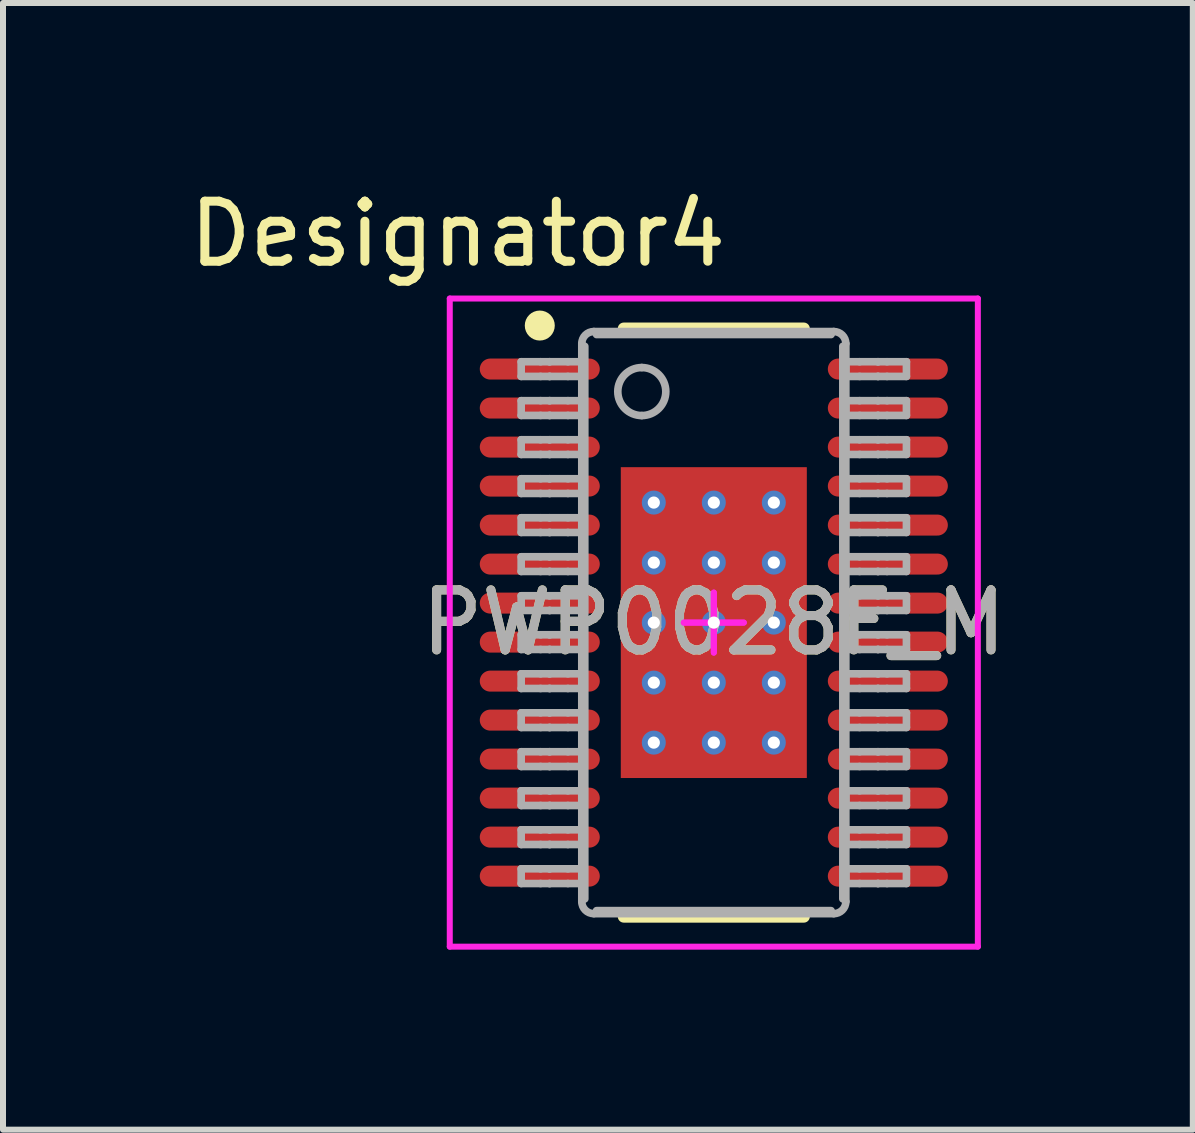
<source format=kicad_pcb>
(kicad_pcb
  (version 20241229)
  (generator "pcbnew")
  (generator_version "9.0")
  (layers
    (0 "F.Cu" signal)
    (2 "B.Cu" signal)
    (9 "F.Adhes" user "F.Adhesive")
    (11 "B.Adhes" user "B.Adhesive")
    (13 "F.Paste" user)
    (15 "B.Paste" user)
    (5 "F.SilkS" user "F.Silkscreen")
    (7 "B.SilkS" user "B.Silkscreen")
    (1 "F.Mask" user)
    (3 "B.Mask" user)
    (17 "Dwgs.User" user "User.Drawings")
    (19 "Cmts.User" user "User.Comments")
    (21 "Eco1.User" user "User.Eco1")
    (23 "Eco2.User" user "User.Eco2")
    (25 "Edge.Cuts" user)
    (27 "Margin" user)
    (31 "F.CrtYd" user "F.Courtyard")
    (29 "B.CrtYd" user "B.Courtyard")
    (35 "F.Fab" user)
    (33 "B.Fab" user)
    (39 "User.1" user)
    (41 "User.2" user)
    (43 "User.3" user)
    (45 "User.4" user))
  (footprint "PWP0028F_M"
    (layer "F.Cu")
    (at 8.845 7.325)
    (property "Reference" "PWP0028F_M" (at 0 0 0) (unlocked yes) (layer "F.SilkS") (effects (font (size 1 1) (thickness 0.15))))
    (attr smd)
    (fp_line (start -1.5 -4.9) (end 1.5 -4.9) (stroke (width 0.2) (type solid)) (layer "F.SilkS"))
    (fp_line (start -1.5 4.9) (end 1.5 4.9) (stroke (width 0.2) (type solid)) (layer "F.SilkS"))
    (fp_circle (center -2.9 -4.95) (end -2.775 -4.95) (stroke (width 0.25) (type solid)) (fill no) (layer "F.SilkS"))
    (fp_line (start -4.4 -5.4) (end 4.4 -5.4) (stroke (width 0.1) (type solid)) (layer "F.CrtYd"))
    (fp_line (start -4.4 5.4) (end -4.4 -5.4) (stroke (width 0.1) (type solid)) (layer "F.CrtYd"))
    (fp_line (start -4.4 5.4) (end 4.4 5.4) (stroke (width 0.1) (type solid)) (layer "F.CrtYd"))
    (fp_line (start -0.5 0) (end 0.5 0) (stroke (width 0.1) (type solid)) (layer "F.CrtYd"))
    (fp_line (start -0.5 0) (end 0.5 0) (stroke (width 0.1) (type solid)) (layer "F.CrtYd"))
    (fp_line (start 0 0.5) (end 0 -0.5) (stroke (width 0.1) (type solid)) (layer "F.CrtYd"))
    (fp_line (start 0 0.5) (end 0 -0.5) (stroke (width 0.1) (type solid)) (layer "F.CrtYd"))
    (fp_line (start 4.4 5.4) (end 4.4 -5.4) (stroke (width 0.1) (type solid)) (layer "F.CrtYd"))
    (fp_line (start -3.21 -4.347) (end -2.887 -4.347) (stroke (width 0.127) (type solid)) (layer "F.Fab"))
    (fp_line (start -3.21 -4.102) (end -3.21 -4.347) (stroke (width 0.127) (type solid)) (layer "F.Fab"))
    (fp_line (start -3.21 -4.102) (end -2.887 -4.102) (stroke (width 0.127) (type solid)) (layer "F.Fab"))
    (fp_line (start -3.21 -3.698) (end -2.887 -3.698) (stroke (width 0.127) (type solid)) (layer "F.Fab"))
    (fp_line (start -3.21 -3.452) (end -3.21 -3.698) (stroke (width 0.127) (type solid)) (layer "F.Fab"))
    (fp_line (start -3.21 -3.452) (end -2.887 -3.452) (stroke (width 0.127) (type solid)) (layer "F.Fab"))
    (fp_line (start -3.21 -3.047) (end -2.887 -3.047) (stroke (width 0.127) (type solid)) (layer "F.Fab"))
    (fp_line (start -3.21 -2.802) (end -3.21 -3.047) (stroke (width 0.127) (type solid)) (layer "F.Fab"))
    (fp_line (start -3.21 -2.802) (end -2.887 -2.802) (stroke (width 0.127) (type solid)) (layer "F.Fab"))
    (fp_line (start -3.21 -2.397) (end -2.887 -2.397) (stroke (width 0.127) (type solid)) (layer "F.Fab"))
    (fp_line (start -3.21 -2.152) (end -3.21 -2.397) (stroke (width 0.127) (type solid)) (layer "F.Fab"))
    (fp_line (start -3.21 -2.152) (end -2.887 -2.152) (stroke (width 0.127) (type solid)) (layer "F.Fab"))
    (fp_line (start -3.21 -1.747) (end -2.887 -1.747) (stroke (width 0.127) (type solid)) (layer "F.Fab"))
    (fp_line (start -3.21 -1.502) (end -3.21 -1.747) (stroke (width 0.127) (type solid)) (layer "F.Fab"))
    (fp_line (start -3.21 -1.502) (end -2.887 -1.502) (stroke (width 0.127) (type solid)) (layer "F.Fab"))
    (fp_line (start -3.21 -1.097) (end -2.887 -1.097) (stroke (width 0.127) (type solid)) (layer "F.Fab"))
    (fp_line (start -3.21 -0.852) (end -3.21 -1.097) (stroke (width 0.127) (type solid)) (layer "F.Fab"))
    (fp_line (start -3.21 -0.852) (end -2.887 -0.852) (stroke (width 0.127) (type solid)) (layer "F.Fab"))
    (fp_line (start -3.21 -0.447) (end -2.887 -0.447) (stroke (width 0.127) (type solid)) (layer "F.Fab"))
    (fp_line (start -3.21 -0.202) (end -3.21 -0.447) (stroke (width 0.127) (type solid)) (layer "F.Fab"))
    (fp_line (start -3.21 -0.202) (end -2.887 -0.202) (stroke (width 0.127) (type solid)) (layer "F.Fab"))
    (fp_line (start -3.21 0.203) (end -2.887 0.203) (stroke (width 0.127) (type solid)) (layer "F.Fab"))
    (fp_line (start -3.21 0.448) (end -3.21 0.203) (stroke (width 0.127) (type solid)) (layer "F.Fab"))
    (fp_line (start -3.21 0.448) (end -2.887 0.448) (stroke (width 0.127) (type solid)) (layer "F.Fab"))
    (fp_line (start -3.21 0.853) (end -2.887 0.853) (stroke (width 0.127) (type solid)) (layer "F.Fab"))
    (fp_line (start -3.21 1.098) (end -3.21 0.853) (stroke (width 0.127) (type solid)) (layer "F.Fab"))
    (fp_line (start -3.21 1.098) (end -2.887 1.098) (stroke (width 0.127) (type solid)) (layer "F.Fab"))
    (fp_line (start -3.21 1.503) (end -2.887 1.503) (stroke (width 0.127) (type solid)) (layer "F.Fab"))
    (fp_line (start -3.21 1.748) (end -3.21 1.503) (stroke (width 0.127) (type solid)) (layer "F.Fab"))
    (fp_line (start -3.21 1.748) (end -2.887 1.748) (stroke (width 0.127) (type solid)) (layer "F.Fab"))
    (fp_line (start -3.21 2.152) (end -2.887 2.152) (stroke (width 0.127) (type solid)) (layer "F.Fab"))
    (fp_line (start -3.21 2.398) (end -3.21 2.152) (stroke (width 0.127) (type solid)) (layer "F.Fab"))
    (fp_line (start -3.21 2.398) (end -2.887 2.398) (stroke (width 0.127) (type solid)) (layer "F.Fab"))
    (fp_line (start -3.21 2.803) (end -2.887 2.803) (stroke (width 0.127) (type solid)) (layer "F.Fab"))
    (fp_line (start -3.21 3.048) (end -3.21 2.803) (stroke (width 0.127) (type solid)) (layer "F.Fab"))
    (fp_line (start -3.21 3.048) (end -2.887 3.048) (stroke (width 0.127) (type solid)) (layer "F.Fab"))
    (fp_line (start -3.21 3.453) (end -2.887 3.453) (stroke (width 0.127) (type solid)) (layer "F.Fab"))
    (fp_line (start -3.21 3.698) (end -3.21 3.453) (stroke (width 0.127) (type solid)) (layer "F.Fab"))
    (fp_line (start -3.21 3.698) (end -2.887 3.698) (stroke (width 0.127) (type solid)) (layer "F.Fab"))
    (fp_line (start -3.21 4.103) (end -2.887 4.103) (stroke (width 0.127) (type solid)) (layer "F.Fab"))
    (fp_line (start -3.21 4.348) (end -3.21 4.103) (stroke (width 0.127) (type solid)) (layer "F.Fab"))
    (fp_line (start -3.21 4.348) (end -2.887 4.348) (stroke (width 0.127) (type solid)) (layer "F.Fab"))
    (fp_line (start -2.887 -4.347) (end -2.739 -4.347) (stroke (width 0.127) (type solid)) (layer "F.Fab"))
    (fp_line (start -2.887 -4.102) (end -2.739 -4.102) (stroke (width 0.127) (type solid)) (layer "F.Fab"))
    (fp_line (start -2.887 -3.698) (end -2.739 -3.698) (stroke (width 0.127) (type solid)) (layer "F.Fab"))
    (fp_line (start -2.887 -3.452) (end -2.739 -3.452) (stroke (width 0.127) (type solid)) (layer "F.Fab"))
    (fp_line (start -2.887 -3.047) (end -2.739 -3.047) (stroke (width 0.127) (type solid)) (layer "F.Fab"))
    (fp_line (start -2.887 -2.802) (end -2.739 -2.802) (stroke (width 0.127) (type solid)) (layer "F.Fab"))
    (fp_line (start -2.887 -2.397) (end -2.739 -2.397) (stroke (width 0.127) (type solid)) (layer "F.Fab"))
    (fp_line (start -2.887 -2.152) (end -2.739 -2.152) (stroke (width 0.127) (type solid)) (layer "F.Fab"))
    (fp_line (start -2.887 -1.747) (end -2.739 -1.747) (stroke (width 0.127) (type solid)) (layer "F.Fab"))
    (fp_line (start -2.887 -1.502) (end -2.739 -1.502) (stroke (width 0.127) (type solid)) (layer "F.Fab"))
    (fp_line (start -2.887 -1.097) (end -2.739 -1.097) (stroke (width 0.127) (type solid)) (layer "F.Fab"))
    (fp_line (start -2.887 -0.852) (end -2.739 -0.852) (stroke (width 0.127) (type solid)) (layer "F.Fab"))
    (fp_line (start -2.887 -0.447) (end -2.739 -0.447) (stroke (width 0.127) (type solid)) (layer "F.Fab"))
    (fp_line (start -2.887 -0.202) (end -2.739 -0.202) (stroke (width 0.127) (type solid)) (layer "F.Fab"))
    (fp_line (start -2.887 0.203) (end -2.739 0.203) (stroke (width 0.127) (type solid)) (layer "F.Fab"))
    (fp_line (start -2.887 0.448) (end -2.739 0.448) (stroke (width 0.127) (type solid)) (layer "F.Fab"))
    (fp_line (start -2.887 0.853) (end -2.739 0.853) (stroke (width 0.127) (type solid)) (layer "F.Fab"))
    (fp_line (start -2.887 1.098) (end -2.739 1.098) (stroke (width 0.127) (type solid)) (layer "F.Fab"))
    (fp_line (start -2.887 1.503) (end -2.739 1.503) (stroke (width 0.127) (type solid)) (layer "F.Fab"))
    (fp_line (start -2.887 1.748) (end -2.739 1.748) (stroke (width 0.127) (type solid)) (layer "F.Fab"))
    (fp_line (start -2.887 2.152) (end -2.739 2.152) (stroke (width 0.127) (type solid)) (layer "F.Fab"))
    (fp_line (start -2.887 2.398) (end -2.739 2.398) (stroke (width 0.127) (type solid)) (layer "F.Fab"))
    (fp_line (start -2.887 2.803) (end -2.739 2.803) (stroke (width 0.127) (type solid)) (layer "F.Fab"))
    (fp_line (start -2.887 3.048) (end -2.739 3.048) (stroke (width 0.127) (type solid)) (layer "F.Fab"))
    (fp_line (start -2.887 3.453) (end -2.739 3.453) (stroke (width 0.127) (type solid)) (layer "F.Fab"))
    (fp_line (start -2.887 3.698) (end -2.739 3.698) (stroke (width 0.127) (type solid)) (layer "F.Fab"))
    (fp_line (start -2.887 4.103) (end -2.739 4.103) (stroke (width 0.127) (type solid)) (layer "F.Fab"))
    (fp_line (start -2.887 4.348) (end -2.739 4.348) (stroke (width 0.127) (type solid)) (layer "F.Fab"))
    (fp_line (start -2.739 -4.347) (end -2.733 -4.347) (stroke (width 0.127) (type solid)) (layer "F.Fab"))
    (fp_line (start -2.739 -4.102) (end -2.733 -4.102) (stroke (width 0.127) (type solid)) (layer "F.Fab"))
    (fp_line (start -2.739 -3.698) (end -2.733 -3.698) (stroke (width 0.127) (type solid)) (layer "F.Fab"))
    (fp_line (start -2.739 -3.452) (end -2.733 -3.452) (stroke (width 0.127) (type solid)) (layer "F.Fab"))
    (fp_line (start -2.739 -3.047) (end -2.733 -3.047) (stroke (width 0.127) (type solid)) (layer "F.Fab"))
    (fp_line (start -2.739 -2.802) (end -2.733 -2.802) (stroke (width 0.127) (type solid)) (layer "F.Fab"))
    (fp_line (start -2.739 -2.397) (end -2.733 -2.397) (stroke (width 0.127) (type solid)) (layer "F.Fab"))
    (fp_line (start -2.739 -2.152) (end -2.733 -2.152) (stroke (width 0.127) (type solid)) (layer "F.Fab"))
    (fp_line (start -2.739 -1.747) (end -2.733 -1.747) (stroke (width 0.127) (type solid)) (layer "F.Fab"))
    (fp_line (start -2.739 -1.502) (end -2.733 -1.502) (stroke (width 0.127) (type solid)) (layer "F.Fab"))
    (fp_line (start -2.739 -1.097) (end -2.733 -1.097) (stroke (width 0.127) (type solid)) (layer "F.Fab"))
    (fp_line (start -2.739 -0.852) (end -2.733 -0.852) (stroke (width 0.127) (type solid)) (layer "F.Fab"))
    (fp_line (start -2.739 -0.447) (end -2.733 -0.447) (stroke (width 0.127) (type solid)) (layer "F.Fab"))
    (fp_line (start -2.739 -0.202) (end -2.733 -0.202) (stroke (width 0.127) (type solid)) (layer "F.Fab"))
    (fp_line (start -2.739 0.203) (end -2.733 0.203) (stroke (width 0.127) (type solid)) (layer "F.Fab"))
    (fp_line (start -2.739 0.448) (end -2.733 0.448) (stroke (width 0.127) (type solid)) (layer "F.Fab"))
    (fp_line (start -2.739 0.853) (end -2.733 0.853) (stroke (width 0.127) (type solid)) (layer "F.Fab"))
    (fp_line (start -2.739 1.098) (end -2.733 1.098) (stroke (width 0.127) (type solid)) (layer "F.Fab"))
    (fp_line (start -2.739 1.503) (end -2.733 1.503) (stroke (width 0.127) (type solid)) (layer "F.Fab"))
    (fp_line (start -2.739 1.748) (end -2.733 1.748) (stroke (width 0.127) (type solid)) (layer "F.Fab"))
    (fp_line (start -2.739 2.152) (end -2.733 2.152) (stroke (width 0.127) (type solid)) (layer "F.Fab"))
    (fp_line (start -2.739 2.398) (end -2.733 2.398) (stroke (width 0.127) (type solid)) (layer "F.Fab"))
    (fp_line (start -2.739 2.803) (end -2.733 2.803) (stroke (width 0.127) (type solid)) (layer "F.Fab"))
    (fp_line (start -2.739 3.048) (end -2.733 3.048) (stroke (width 0.127) (type solid)) (layer "F.Fab"))
    (fp_line (start -2.739 3.453) (end -2.733 3.453) (stroke (width 0.127) (type solid)) (layer "F.Fab"))
    (fp_line (start -2.739 3.698) (end -2.733 3.698) (stroke (width 0.127) (type solid)) (layer "F.Fab"))
    (fp_line (start -2.739 4.103) (end -2.733 4.103) (stroke (width 0.127) (type solid)) (layer "F.Fab"))
    (fp_line (start -2.739 4.348) (end -2.733 4.348) (stroke (width 0.127) (type solid)) (layer "F.Fab"))
    (fp_line (start -2.733 -4.347) (end -2.431 -4.347) (stroke (width 0.127) (type solid)) (layer "F.Fab"))
    (fp_line (start -2.733 -4.102) (end -2.431 -4.102) (stroke (width 0.127) (type solid)) (layer "F.Fab"))
    (fp_line (start -2.733 -3.698) (end -2.431 -3.698) (stroke (width 0.127) (type solid)) (layer "F.Fab"))
    (fp_line (start -2.733 -3.452) (end -2.431 -3.452) (stroke (width 0.127) (type solid)) (layer "F.Fab"))
    (fp_line (start -2.733 -3.047) (end -2.431 -3.047) (stroke (width 0.127) (type solid)) (layer "F.Fab"))
    (fp_line (start -2.733 -2.802) (end -2.431 -2.802) (stroke (width 0.127) (type solid)) (layer "F.Fab"))
    (fp_line (start -2.733 -2.397) (end -2.431 -2.397) (stroke (width 0.127) (type solid)) (layer "F.Fab"))
    (fp_line (start -2.733 -2.152) (end -2.431 -2.152) (stroke (width 0.127) (type solid)) (layer "F.Fab"))
    (fp_line (start -2.733 -1.747) (end -2.431 -1.747) (stroke (width 0.127) (type solid)) (layer "F.Fab"))
    (fp_line (start -2.733 -1.502) (end -2.431 -1.502) (stroke (width 0.127) (type solid)) (layer "F.Fab"))
    (fp_line (start -2.733 -1.097) (end -2.431 -1.097) (stroke (width 0.127) (type solid)) (layer "F.Fab"))
    (fp_line (start -2.733 -0.852) (end -2.431 -0.852) (stroke (width 0.127) (type solid)) (layer "F.Fab"))
    (fp_line (start -2.733 -0.447) (end -2.431 -0.447) (stroke (width 0.127) (type solid)) (layer "F.Fab"))
    (fp_line (start -2.733 -0.202) (end -2.431 -0.202) (stroke (width 0.127) (type solid)) (layer "F.Fab"))
    (fp_line (start -2.733 0.203) (end -2.431 0.203) (stroke (width 0.127) (type solid)) (layer "F.Fab"))
    (fp_line (start -2.733 0.448) (end -2.431 0.448) (stroke (width 0.127) (type solid)) (layer "F.Fab"))
    (fp_line (start -2.733 0.853) (end -2.431 0.853) (stroke (width 0.127) (type solid)) (layer "F.Fab"))
    (fp_line (start -2.733 1.098) (end -2.431 1.098) (stroke (width 0.127) (type solid)) (layer "F.Fab"))
    (fp_line (start -2.733 1.503) (end -2.431 1.503) (stroke (width 0.127) (type solid)) (layer "F.Fab"))
    (fp_line (start -2.733 1.748) (end -2.431 1.748) (stroke (width 0.127) (type solid)) (layer "F.Fab"))
    (fp_line (start -2.733 2.152) (end -2.431 2.152) (stroke (width 0.127) (type solid)) (layer "F.Fab"))
    (fp_line (start -2.733 2.398) (end -2.431 2.398) (stroke (width 0.127) (type solid)) (layer "F.Fab"))
    (fp_line (start -2.733 2.803) (end -2.431 2.803) (stroke (width 0.127) (type solid)) (layer "F.Fab"))
    (fp_line (start -2.733 3.048) (end -2.431 3.048) (stroke (width 0.127) (type solid)) (layer "F.Fab"))
    (fp_line (start -2.733 3.453) (end -2.431 3.453) (stroke (width 0.127) (type solid)) (layer "F.Fab"))
    (fp_line (start -2.733 3.698) (end -2.431 3.698) (stroke (width 0.127) (type solid)) (layer "F.Fab"))
    (fp_line (start -2.733 4.103) (end -2.431 4.103) (stroke (width 0.127) (type solid)) (layer "F.Fab"))
    (fp_line (start -2.733 4.348) (end -2.431 4.348) (stroke (width 0.127) (type solid)) (layer "F.Fab"))
    (fp_line (start -2.431 -4.347) (end -2.2 -4.347) (stroke (width 0.127) (type solid)) (layer "F.Fab"))
    (fp_line (start -2.431 -4.102) (end -2.2 -4.102) (stroke (width 0.127) (type solid)) (layer "F.Fab"))
    (fp_line (start -2.431 -3.698) (end -2.2 -3.698) (stroke (width 0.127) (type solid)) (layer "F.Fab"))
    (fp_line (start -2.431 -3.452) (end -2.2 -3.452) (stroke (width 0.127) (type solid)) (layer "F.Fab"))
    (fp_line (start -2.431 -3.047) (end -2.2 -3.047) (stroke (width 0.127) (type solid)) (layer "F.Fab"))
    (fp_line (start -2.431 -2.802) (end -2.2 -2.802) (stroke (width 0.127) (type solid)) (layer "F.Fab"))
    (fp_line (start -2.431 -2.397) (end -2.2 -2.397) (stroke (width 0.127) (type solid)) (layer "F.Fab"))
    (fp_line (start -2.431 -2.152) (end -2.2 -2.152) (stroke (width 0.127) (type solid)) (layer "F.Fab"))
    (fp_line (start -2.431 -1.747) (end -2.2 -1.747) (stroke (width 0.127) (type solid)) (layer "F.Fab"))
    (fp_line (start -2.431 -1.502) (end -2.2 -1.502) (stroke (width 0.127) (type solid)) (layer "F.Fab"))
    (fp_line (start -2.431 -1.097) (end -2.2 -1.097) (stroke (width 0.127) (type solid)) (layer "F.Fab"))
    (fp_line (start -2.431 -0.852) (end -2.2 -0.852) (stroke (width 0.127) (type solid)) (layer "F.Fab"))
    (fp_line (start -2.431 -0.447) (end -2.2 -0.447) (stroke (width 0.127) (type solid)) (layer "F.Fab"))
    (fp_line (start -2.431 -0.202) (end -2.2 -0.202) (stroke (width 0.127) (type solid)) (layer "F.Fab"))
    (fp_line (start -2.431 0.203) (end -2.2 0.203) (stroke (width 0.127) (type solid)) (layer "F.Fab"))
    (fp_line (start -2.431 0.448) (end -2.2 0.448) (stroke (width 0.127) (type solid)) (layer "F.Fab"))
    (fp_line (start -2.431 0.853) (end -2.2 0.853) (stroke (width 0.127) (type solid)) (layer "F.Fab"))
    (fp_line (start -2.431 1.098) (end -2.2 1.098) (stroke (width 0.127) (type solid)) (layer "F.Fab"))
    (fp_line (start -2.431 1.503) (end -2.2 1.503) (stroke (width 0.127) (type solid)) (layer "F.Fab"))
    (fp_line (start -2.431 1.748) (end -2.2 1.748) (stroke (width 0.127) (type solid)) (layer "F.Fab"))
    (fp_line (start -2.431 2.152) (end -2.2 2.152) (stroke (width 0.127) (type solid)) (layer "F.Fab"))
    (fp_line (start -2.431 2.398) (end -2.2 2.398) (stroke (width 0.127) (type solid)) (layer "F.Fab"))
    (fp_line (start -2.431 2.803) (end -2.2 2.803) (stroke (width 0.127) (type solid)) (layer "F.Fab"))
    (fp_line (start -2.431 3.048) (end -2.2 3.048) (stroke (width 0.127) (type solid)) (layer "F.Fab"))
    (fp_line (start -2.431 3.453) (end -2.2 3.453) (stroke (width 0.127) (type solid)) (layer "F.Fab"))
    (fp_line (start -2.431 3.698) (end -2.2 3.698) (stroke (width 0.127) (type solid)) (layer "F.Fab"))
    (fp_line (start -2.431 4.103) (end -2.2 4.103) (stroke (width 0.127) (type solid)) (layer "F.Fab"))
    (fp_line (start -2.431 4.348) (end -2.2 4.348) (stroke (width 0.127) (type solid)) (layer "F.Fab"))
    (fp_line (start -2.2 -4.102) (end -2.2 -4.347) (stroke (width 0.127) (type solid)) (layer "F.Fab"))
    (fp_line (start -2.2 -3.452) (end -2.2 -3.698) (stroke (width 0.127) (type solid)) (layer "F.Fab"))
    (fp_line (start -2.2 -2.802) (end -2.2 -3.047) (stroke (width 0.127) (type solid)) (layer "F.Fab"))
    (fp_line (start -2.2 -2.152) (end -2.2 -2.397) (stroke (width 0.127) (type solid)) (layer "F.Fab"))
    (fp_line (start -2.2 -1.502) (end -2.2 -1.747) (stroke (width 0.127) (type solid)) (layer "F.Fab"))
    (fp_line (start -2.2 -0.852) (end -2.2 -1.097) (stroke (width 0.127) (type solid)) (layer "F.Fab"))
    (fp_line (start -2.2 -0.202) (end -2.2 -0.447) (stroke (width 0.127) (type solid)) (layer "F.Fab"))
    (fp_line (start -2.2 0.448) (end -2.2 0.203) (stroke (width 0.127) (type solid)) (layer "F.Fab"))
    (fp_line (start -2.2 1.098) (end -2.2 0.853) (stroke (width 0.127) (type solid)) (layer "F.Fab"))
    (fp_line (start -2.2 1.748) (end -2.2 1.503) (stroke (width 0.127) (type solid)) (layer "F.Fab"))
    (fp_line (start -2.2 2.398) (end -2.2 2.152) (stroke (width 0.127) (type solid)) (layer "F.Fab"))
    (fp_line (start -2.2 3.048) (end -2.2 2.803) (stroke (width 0.127) (type solid)) (layer "F.Fab"))
    (fp_line (start -2.2 3.698) (end -2.2 3.453) (stroke (width 0.127) (type solid)) (layer "F.Fab"))
    (fp_line (start -2.2 4.348) (end -2.2 4.103) (stroke (width 0.127) (type solid)) (layer "F.Fab"))
    (fp_line (start -2.2 4.65) (end -2.2 -4.65) (stroke (width 0.127) (type solid)) (layer "F.Fab"))
    (fp_line (start -2.15 4.604) (end -2.15 -4.604) (stroke (width 0.127) (type solid)) (layer "F.Fab"))
    (fp_line (start -2 -4.85) (end 2 -4.85) (stroke (width 0.127) (type solid)) (layer "F.Fab"))
    (fp_line (start -2 4.85) (end 2 4.85) (stroke (width 0.127) (type solid)) (layer "F.Fab"))
    (fp_line (start -1.954 -4.8) (end 1.954 -4.8) (stroke (width 0.127) (type solid)) (layer "F.Fab"))
    (fp_line (start -1.954 4.8) (end 1.954 4.8) (stroke (width 0.127) (type solid)) (layer "F.Fab"))
    (fp_line (start 2.15 4.604) (end 2.15 -4.604) (stroke (width 0.127) (type solid)) (layer "F.Fab"))
    (fp_line (start 2.2 -4.347) (end 2.43 -4.347) (stroke (width 0.127) (type solid)) (layer "F.Fab"))
    (fp_line (start 2.2 -4.102) (end 2.2 -4.347) (stroke (width 0.127) (type solid)) (layer "F.Fab"))
    (fp_line (start 2.2 -4.102) (end 2.43 -4.102) (stroke (width 0.127) (type solid)) (layer "F.Fab"))
    (fp_line (start 2.2 -3.698) (end 2.43 -3.698) (stroke (width 0.127) (type solid)) (layer "F.Fab"))
    (fp_line (start 2.2 -3.452) (end 2.2 -3.698) (stroke (width 0.127) (type solid)) (layer "F.Fab"))
    (fp_line (start 2.2 -3.452) (end 2.43 -3.452) (stroke (width 0.127) (type solid)) (layer "F.Fab"))
    (fp_line (start 2.2 -3.047) (end 2.43 -3.047) (stroke (width 0.127) (type solid)) (layer "F.Fab"))
    (fp_line (start 2.2 -2.802) (end 2.2 -3.047) (stroke (width 0.127) (type solid)) (layer "F.Fab"))
    (fp_line (start 2.2 -2.802) (end 2.43 -2.802) (stroke (width 0.127) (type solid)) (layer "F.Fab"))
    (fp_line (start 2.2 -2.397) (end 2.43 -2.397) (stroke (width 0.127) (type solid)) (layer "F.Fab"))
    (fp_line (start 2.2 -2.152) (end 2.2 -2.397) (stroke (width 0.127) (type solid)) (layer "F.Fab"))
    (fp_line (start 2.2 -2.152) (end 2.43 -2.152) (stroke (width 0.127) (type solid)) (layer "F.Fab"))
    (fp_line (start 2.2 -1.747) (end 2.43 -1.747) (stroke (width 0.127) (type solid)) (layer "F.Fab"))
    (fp_line (start 2.2 -1.502) (end 2.2 -1.747) (stroke (width 0.127) (type solid)) (layer "F.Fab"))
    (fp_line (start 2.2 -1.502) (end 2.43 -1.502) (stroke (width 0.127) (type solid)) (layer "F.Fab"))
    (fp_line (start 2.2 -1.097) (end 2.43 -1.097) (stroke (width 0.127) (type solid)) (layer "F.Fab"))
    (fp_line (start 2.2 -0.852) (end 2.2 -1.097) (stroke (width 0.127) (type solid)) (layer "F.Fab"))
    (fp_line (start 2.2 -0.852) (end 2.43 -0.852) (stroke (width 0.127) (type solid)) (layer "F.Fab"))
    (fp_line (start 2.2 -0.447) (end 2.43 -0.447) (stroke (width 0.127) (type solid)) (layer "F.Fab"))
    (fp_line (start 2.2 -0.202) (end 2.2 -0.447) (stroke (width 0.127) (type solid)) (layer "F.Fab"))
    (fp_line (start 2.2 -0.202) (end 2.43 -0.202) (stroke (width 0.127) (type solid)) (layer "F.Fab"))
    (fp_line (start 2.2 0.203) (end 2.43 0.203) (stroke (width 0.127) (type solid)) (layer "F.Fab"))
    (fp_line (start 2.2 0.448) (end 2.2 0.203) (stroke (width 0.127) (type solid)) (layer "F.Fab"))
    (fp_line (start 2.2 0.448) (end 2.43 0.448) (stroke (width 0.127) (type solid)) (layer "F.Fab"))
    (fp_line (start 2.2 0.853) (end 2.43 0.853) (stroke (width 0.127) (type solid)) (layer "F.Fab"))
    (fp_line (start 2.2 1.098) (end 2.2 0.853) (stroke (width 0.127) (type solid)) (layer "F.Fab"))
    (fp_line (start 2.2 1.098) (end 2.43 1.098) (stroke (width 0.127) (type solid)) (layer "F.Fab"))
    (fp_line (start 2.2 1.503) (end 2.43 1.503) (stroke (width 0.127) (type solid)) (layer "F.Fab"))
    (fp_line (start 2.2 1.748) (end 2.2 1.503) (stroke (width 0.127) (type solid)) (layer "F.Fab"))
    (fp_line (start 2.2 1.748) (end 2.43 1.748) (stroke (width 0.127) (type solid)) (layer "F.Fab"))
    (fp_line (start 2.2 2.152) (end 2.43 2.152) (stroke (width 0.127) (type solid)) (layer "F.Fab"))
    (fp_line (start 2.2 2.398) (end 2.2 2.152) (stroke (width 0.127) (type solid)) (layer "F.Fab"))
    (fp_line (start 2.2 2.398) (end 2.43 2.398) (stroke (width 0.127) (type solid)) (layer "F.Fab"))
    (fp_line (start 2.2 2.803) (end 2.43 2.803) (stroke (width 0.127) (type solid)) (layer "F.Fab"))
    (fp_line (start 2.2 3.048) (end 2.2 2.803) (stroke (width 0.127) (type solid)) (layer "F.Fab"))
    (fp_line (start 2.2 3.048) (end 2.43 3.048) (stroke (width 0.127) (type solid)) (layer "F.Fab"))
    (fp_line (start 2.2 3.453) (end 2.43 3.453) (stroke (width 0.127) (type solid)) (layer "F.Fab"))
    (fp_line (start 2.2 3.698) (end 2.2 3.453) (stroke (width 0.127) (type solid)) (layer "F.Fab"))
    (fp_line (start 2.2 3.698) (end 2.43 3.698) (stroke (width 0.127) (type solid)) (layer "F.Fab"))
    (fp_line (start 2.2 4.103) (end 2.43 4.103) (stroke (width 0.127) (type solid)) (layer "F.Fab"))
    (fp_line (start 2.2 4.348) (end 2.2 4.103) (stroke (width 0.127) (type solid)) (layer "F.Fab"))
    (fp_line (start 2.2 4.348) (end 2.43 4.348) (stroke (width 0.127) (type solid)) (layer "F.Fab"))
    (fp_line (start 2.2 4.65) (end 2.2 -4.65) (stroke (width 0.127) (type solid)) (layer "F.Fab"))
    (fp_line (start 2.43 -4.347) (end 2.733 -4.347) (stroke (width 0.127) (type solid)) (layer "F.Fab"))
    (fp_line (start 2.43 -4.102) (end 2.733 -4.102) (stroke (width 0.127) (type solid)) (layer "F.Fab"))
    (fp_line (start 2.43 -3.698) (end 2.733 -3.698) (stroke (width 0.127) (type solid)) (layer "F.Fab"))
    (fp_line (start 2.43 -3.452) (end 2.733 -3.452) (stroke (width 0.127) (type solid)) (layer "F.Fab"))
    (fp_line (start 2.43 -3.047) (end 2.733 -3.047) (stroke (width 0.127) (type solid)) (layer "F.Fab"))
    (fp_line (start 2.43 -2.802) (end 2.733 -2.802) (stroke (width 0.127) (type solid)) (layer "F.Fab"))
    (fp_line (start 2.43 -2.397) (end 2.733 -2.397) (stroke (width 0.127) (type solid)) (layer "F.Fab"))
    (fp_line (start 2.43 -2.152) (end 2.733 -2.152) (stroke (width 0.127) (type solid)) (layer "F.Fab"))
    (fp_line (start 2.43 -1.747) (end 2.733 -1.747) (stroke (width 0.127) (type solid)) (layer "F.Fab"))
    (fp_line (start 2.43 -1.502) (end 2.733 -1.502) (stroke (width 0.127) (type solid)) (layer "F.Fab"))
    (fp_line (start 2.43 -1.097) (end 2.733 -1.097) (stroke (width 0.127) (type solid)) (layer "F.Fab"))
    (fp_line (start 2.43 -0.852) (end 2.733 -0.852) (stroke (width 0.127) (type solid)) (layer "F.Fab"))
    (fp_line (start 2.43 -0.447) (end 2.733 -0.447) (stroke (width 0.127) (type solid)) (layer "F.Fab"))
    (fp_line (start 2.43 -0.202) (end 2.733 -0.202) (stroke (width 0.127) (type solid)) (layer "F.Fab"))
    (fp_line (start 2.43 0.203) (end 2.733 0.203) (stroke (width 0.127) (type solid)) (layer "F.Fab"))
    (fp_line (start 2.43 0.448) (end 2.733 0.448) (stroke (width 0.127) (type solid)) (layer "F.Fab"))
    (fp_line (start 2.43 0.853) (end 2.733 0.853) (stroke (width 0.127) (type solid)) (layer "F.Fab"))
    (fp_line (start 2.43 1.098) (end 2.733 1.098) (stroke (width 0.127) (type solid)) (layer "F.Fab"))
    (fp_line (start 2.43 1.503) (end 2.733 1.503) (stroke (width 0.127) (type solid)) (layer "F.Fab"))
    (fp_line (start 2.43 1.748) (end 2.733 1.748) (stroke (width 0.127) (type solid)) (layer "F.Fab"))
    (fp_line (start 2.43 2.152) (end 2.733 2.152) (stroke (width 0.127) (type solid)) (layer "F.Fab"))
    (fp_line (start 2.43 2.398) (end 2.733 2.398) (stroke (width 0.127) (type solid)) (layer "F.Fab"))
    (fp_line (start 2.43 2.803) (end 2.733 2.803) (stroke (width 0.127) (type solid)) (layer "F.Fab"))
    (fp_line (start 2.43 3.048) (end 2.733 3.048) (stroke (width 0.127) (type solid)) (layer "F.Fab"))
    (fp_line (start 2.43 3.453) (end 2.733 3.453) (stroke (width 0.127) (type solid)) (layer "F.Fab"))
    (fp_line (start 2.43 3.698) (end 2.733 3.698) (stroke (width 0.127) (type solid)) (layer "F.Fab"))
    (fp_line (start 2.43 4.103) (end 2.733 4.103) (stroke (width 0.127) (type solid)) (layer "F.Fab"))
    (fp_line (start 2.43 4.348) (end 2.733 4.348) (stroke (width 0.127) (type solid)) (layer "F.Fab"))
    (fp_line (start 2.733 -4.347) (end 2.739 -4.347) (stroke (width 0.127) (type solid)) (layer "F.Fab"))
    (fp_line (start 2.733 -4.102) (end 2.739 -4.102) (stroke (width 0.127) (type solid)) (layer "F.Fab"))
    (fp_line (start 2.733 -3.698) (end 2.739 -3.698) (stroke (width 0.127) (type solid)) (layer "F.Fab"))
    (fp_line (start 2.733 -3.452) (end 2.739 -3.452) (stroke (width 0.127) (type solid)) (layer "F.Fab"))
    (fp_line (start 2.733 -3.047) (end 2.739 -3.047) (stroke (width 0.127) (type solid)) (layer "F.Fab"))
    (fp_line (start 2.733 -2.802) (end 2.739 -2.802) (stroke (width 0.127) (type solid)) (layer "F.Fab"))
    (fp_line (start 2.733 -2.397) (end 2.739 -2.397) (stroke (width 0.127) (type solid)) (layer "F.Fab"))
    (fp_line (start 2.733 -2.152) (end 2.739 -2.152) (stroke (width 0.127) (type solid)) (layer "F.Fab"))
    (fp_line (start 2.733 -1.747) (end 2.739 -1.747) (stroke (width 0.127) (type solid)) (layer "F.Fab"))
    (fp_line (start 2.733 -1.502) (end 2.739 -1.502) (stroke (width 0.127) (type solid)) (layer "F.Fab"))
    (fp_line (start 2.733 -1.097) (end 2.739 -1.097) (stroke (width 0.127) (type solid)) (layer "F.Fab"))
    (fp_line (start 2.733 -0.852) (end 2.739 -0.852) (stroke (width 0.127) (type solid)) (layer "F.Fab"))
    (fp_line (start 2.733 -0.447) (end 2.739 -0.447) (stroke (width 0.127) (type solid)) (layer "F.Fab"))
    (fp_line (start 2.733 -0.202) (end 2.739 -0.202) (stroke (width 0.127) (type solid)) (layer "F.Fab"))
    (fp_line (start 2.733 0.203) (end 2.739 0.203) (stroke (width 0.127) (type solid)) (layer "F.Fab"))
    (fp_line (start 2.733 0.448) (end 2.739 0.448) (stroke (width 0.127) (type solid)) (layer "F.Fab"))
    (fp_line (start 2.733 0.853) (end 2.739 0.853) (stroke (width 0.127) (type solid)) (layer "F.Fab"))
    (fp_line (start 2.733 1.098) (end 2.739 1.098) (stroke (width 0.127) (type solid)) (layer "F.Fab"))
    (fp_line (start 2.733 1.503) (end 2.739 1.503) (stroke (width 0.127) (type solid)) (layer "F.Fab"))
    (fp_line (start 2.733 1.748) (end 2.739 1.748) (stroke (width 0.127) (type solid)) (layer "F.Fab"))
    (fp_line (start 2.733 2.152) (end 2.739 2.152) (stroke (width 0.127) (type solid)) (layer "F.Fab"))
    (fp_line (start 2.733 2.398) (end 2.739 2.398) (stroke (width 0.127) (type solid)) (layer "F.Fab"))
    (fp_line (start 2.733 2.803) (end 2.739 2.803) (stroke (width 0.127) (type solid)) (layer "F.Fab"))
    (fp_line (start 2.733 3.048) (end 2.739 3.048) (stroke (width 0.127) (type solid)) (layer "F.Fab"))
    (fp_line (start 2.733 3.453) (end 2.739 3.453) (stroke (width 0.127) (type solid)) (layer "F.Fab"))
    (fp_line (start 2.733 3.698) (end 2.739 3.698) (stroke (width 0.127) (type solid)) (layer "F.Fab"))
    (fp_line (start 2.733 4.103) (end 2.739 4.103) (stroke (width 0.127) (type solid)) (layer "F.Fab"))
    (fp_line (start 2.733 4.348) (end 2.739 4.348) (stroke (width 0.127) (type solid)) (layer "F.Fab"))
    (fp_line (start 2.739 -4.347) (end 2.887 -4.347) (stroke (width 0.127) (type solid)) (layer "F.Fab"))
    (fp_line (start 2.739 -4.102) (end 2.887 -4.102) (stroke (width 0.127) (type solid)) (layer "F.Fab"))
    (fp_line (start 2.739 -3.698) (end 2.887 -3.698) (stroke (width 0.127) (type solid)) (layer "F.Fab"))
    (fp_line (start 2.739 -3.452) (end 2.887 -3.452) (stroke (width 0.127) (type solid)) (layer "F.Fab"))
    (fp_line (start 2.739 -3.047) (end 2.887 -3.047) (stroke (width 0.127) (type solid)) (layer "F.Fab"))
    (fp_line (start 2.739 -2.802) (end 2.887 -2.802) (stroke (width 0.127) (type solid)) (layer "F.Fab"))
    (fp_line (start 2.739 -2.397) (end 2.887 -2.397) (stroke (width 0.127) (type solid)) (layer "F.Fab"))
    (fp_line (start 2.739 -2.152) (end 2.887 -2.152) (stroke (width 0.127) (type solid)) (layer "F.Fab"))
    (fp_line (start 2.739 -1.747) (end 2.887 -1.747) (stroke (width 0.127) (type solid)) (layer "F.Fab"))
    (fp_line (start 2.739 -1.502) (end 2.887 -1.502) (stroke (width 0.127) (type solid)) (layer "F.Fab"))
    (fp_line (start 2.739 -1.097) (end 2.887 -1.097) (stroke (width 0.127) (type solid)) (layer "F.Fab"))
    (fp_line (start 2.739 -0.852) (end 2.887 -0.852) (stroke (width 0.127) (type solid)) (layer "F.Fab"))
    (fp_line (start 2.739 -0.447) (end 2.887 -0.447) (stroke (width 0.127) (type solid)) (layer "F.Fab"))
    (fp_line (start 2.739 -0.202) (end 2.887 -0.202) (stroke (width 0.127) (type solid)) (layer "F.Fab"))
    (fp_line (start 2.739 0.203) (end 2.887 0.203) (stroke (width 0.127) (type solid)) (layer "F.Fab"))
    (fp_line (start 2.739 0.448) (end 2.887 0.448) (stroke (width 0.127) (type solid)) (layer "F.Fab"))
    (fp_line (start 2.739 0.853) (end 2.887 0.853) (stroke (width 0.127) (type solid)) (layer "F.Fab"))
    (fp_line (start 2.739 1.098) (end 2.887 1.098) (stroke (width 0.127) (type solid)) (layer "F.Fab"))
    (fp_line (start 2.739 1.503) (end 2.887 1.503) (stroke (width 0.127) (type solid)) (layer "F.Fab"))
    (fp_line (start 2.739 1.748) (end 2.887 1.748) (stroke (width 0.127) (type solid)) (layer "F.Fab"))
    (fp_line (start 2.739 2.152) (end 2.887 2.152) (stroke (width 0.127) (type solid)) (layer "F.Fab"))
    (fp_line (start 2.739 2.398) (end 2.887 2.398) (stroke (width 0.127) (type solid)) (layer "F.Fab"))
    (fp_line (start 2.739 2.803) (end 2.887 2.803) (stroke (width 0.127) (type solid)) (layer "F.Fab"))
    (fp_line (start 2.739 3.048) (end 2.887 3.048) (stroke (width 0.127) (type solid)) (layer "F.Fab"))
    (fp_line (start 2.739 3.453) (end 2.887 3.453) (stroke (width 0.127) (type solid)) (layer "F.Fab"))
    (fp_line (start 2.739 3.698) (end 2.887 3.698) (stroke (width 0.127) (type solid)) (layer "F.Fab"))
    (fp_line (start 2.739 4.103) (end 2.887 4.103) (stroke (width 0.127) (type solid)) (layer "F.Fab"))
    (fp_line (start 2.739 4.348) (end 2.887 4.348) (stroke (width 0.127) (type solid)) (layer "F.Fab"))
    (fp_line (start 2.887 -4.347) (end 3.21 -4.347) (stroke (width 0.127) (type solid)) (layer "F.Fab"))
    (fp_line (start 2.887 -4.102) (end 3.21 -4.102) (stroke (width 0.127) (type solid)) (layer "F.Fab"))
    (fp_line (start 2.887 -3.698) (end 3.21 -3.698) (stroke (width 0.127) (type solid)) (layer "F.Fab"))
    (fp_line (start 2.887 -3.452) (end 3.21 -3.452) (stroke (width 0.127) (type solid)) (layer "F.Fab"))
    (fp_line (start 2.887 -3.047) (end 3.21 -3.047) (stroke (width 0.127) (type solid)) (layer "F.Fab"))
    (fp_line (start 2.887 -2.802) (end 3.21 -2.802) (stroke (width 0.127) (type solid)) (layer "F.Fab"))
    (fp_line (start 2.887 -2.397) (end 3.21 -2.397) (stroke (width 0.127) (type solid)) (layer "F.Fab"))
    (fp_line (start 2.887 -2.152) (end 3.21 -2.152) (stroke (width 0.127) (type solid)) (layer "F.Fab"))
    (fp_line (start 2.887 -1.747) (end 3.21 -1.747) (stroke (width 0.127) (type solid)) (layer "F.Fab"))
    (fp_line (start 2.887 -1.502) (end 3.21 -1.502) (stroke (width 0.127) (type solid)) (layer "F.Fab"))
    (fp_line (start 2.887 -1.097) (end 3.21 -1.097) (stroke (width 0.127) (type solid)) (layer "F.Fab"))
    (fp_line (start 2.887 -0.852) (end 3.21 -0.852) (stroke (width 0.127) (type solid)) (layer "F.Fab"))
    (fp_line (start 2.887 -0.447) (end 3.21 -0.447) (stroke (width 0.127) (type solid)) (layer "F.Fab"))
    (fp_line (start 2.887 -0.202) (end 3.21 -0.202) (stroke (width 0.127) (type solid)) (layer "F.Fab"))
    (fp_line (start 2.887 0.203) (end 3.21 0.203) (stroke (width 0.127) (type solid)) (layer "F.Fab"))
    (fp_line (start 2.887 0.448) (end 3.21 0.448) (stroke (width 0.127) (type solid)) (layer "F.Fab"))
    (fp_line (start 2.887 0.853) (end 3.21 0.853) (stroke (width 0.127) (type solid)) (layer "F.Fab"))
    (fp_line (start 2.887 1.098) (end 3.21 1.098) (stroke (width 0.127) (type solid)) (layer "F.Fab"))
    (fp_line (start 2.887 1.503) (end 3.21 1.503) (stroke (width 0.127) (type solid)) (layer "F.Fab"))
    (fp_line (start 2.887 1.748) (end 3.21 1.748) (stroke (width 0.127) (type solid)) (layer "F.Fab"))
    (fp_line (start 2.887 2.152) (end 3.21 2.152) (stroke (width 0.127) (type solid)) (layer "F.Fab"))
    (fp_line (start 2.887 2.398) (end 3.21 2.398) (stroke (width 0.127) (type solid)) (layer "F.Fab"))
    (fp_line (start 2.887 2.803) (end 3.21 2.803) (stroke (width 0.127) (type solid)) (layer "F.Fab"))
    (fp_line (start 2.887 3.048) (end 3.21 3.048) (stroke (width 0.127) (type solid)) (layer "F.Fab"))
    (fp_line (start 2.887 3.453) (end 3.21 3.453) (stroke (width 0.127) (type solid)) (layer "F.Fab"))
    (fp_line (start 2.887 3.698) (end 3.21 3.698) (stroke (width 0.127) (type solid)) (layer "F.Fab"))
    (fp_line (start 2.887 4.103) (end 3.21 4.103) (stroke (width 0.127) (type solid)) (layer "F.Fab"))
    (fp_line (start 2.887 4.348) (end 3.21 4.348) (stroke (width 0.127) (type solid)) (layer "F.Fab"))
    (fp_line (start 3.21 -4.102) (end 3.21 -4.347) (stroke (width 0.127) (type solid)) (layer "F.Fab"))
    (fp_line (start 3.21 -3.452) (end 3.21 -3.698) (stroke (width 0.127) (type solid)) (layer "F.Fab"))
    (fp_line (start 3.21 -2.802) (end 3.21 -3.047) (stroke (width 0.127) (type solid)) (layer "F.Fab"))
    (fp_line (start 3.21 -2.152) (end 3.21 -2.397) (stroke (width 0.127) (type solid)) (layer "F.Fab"))
    (fp_line (start 3.21 -1.502) (end 3.21 -1.747) (stroke (width 0.127) (type solid)) (layer "F.Fab"))
    (fp_line (start 3.21 -0.852) (end 3.21 -1.097) (stroke (width 0.127) (type solid)) (layer "F.Fab"))
    (fp_line (start 3.21 -0.202) (end 3.21 -0.447) (stroke (width 0.127) (type solid)) (layer "F.Fab"))
    (fp_line (start 3.21 0.448) (end 3.21 0.203) (stroke (width 0.127) (type solid)) (layer "F.Fab"))
    (fp_line (start 3.21 1.098) (end 3.21 0.853) (stroke (width 0.127) (type solid)) (layer "F.Fab"))
    (fp_line (start 3.21 1.748) (end 3.21 1.503) (stroke (width 0.127) (type solid)) (layer "F.Fab"))
    (fp_line (start 3.21 2.398) (end 3.21 2.152) (stroke (width 0.127) (type solid)) (layer "F.Fab"))
    (fp_line (start 3.21 3.048) (end 3.21 2.803) (stroke (width 0.127) (type solid)) (layer "F.Fab"))
    (fp_line (start 3.21 3.698) (end 3.21 3.453) (stroke (width 0.127) (type solid)) (layer "F.Fab"))
    (fp_line (start 3.21 4.348) (end 3.21 4.103) (stroke (width 0.127) (type solid)) (layer "F.Fab"))
    (fp_arc (start -2.200001 -4.650001) (mid -2.141422 -4.791422) (end -2.000001 -4.85) (stroke (width 0.127) (type solid)) (layer "F.Fab"))
    (fp_arc (start -2.000001 4.850006) (mid -2.141422 4.791427) (end -2.200001 4.650006) (stroke (width 0.127) (type solid)) (layer "F.Fab"))
    (fp_arc (start -1.200003 -4.249976) (mid -0.800003 -3.849977) (end -1.200003 -3.449978) (stroke (width 0.127) (type solid)) (layer "F.Fab"))
    (fp_arc (start -1.200003 -3.449978) (mid -1.600002 -3.849977) (end -1.200003 -4.249976) (stroke (width 0.127) (type solid)) (layer "F.Fab"))
    (fp_arc (start 1.999991 -4.85) (mid 2.141412 -4.791422) (end 2.199991 -4.650001) (stroke (width 0.127) (type solid)) (layer "F.Fab"))
    (fp_arc (start 2.199991 4.650006) (mid 2.141412 4.791427) (end 1.999991 4.850006) (stroke (width 0.127) (type solid)) (layer "F.Fab"))
    (fp_text user "Designator4" (at -4.267 -6.477 0) (unlocked yes) (layer "F.SilkS") (effects (font (size 1 1) (thickness 0.15))))
    (fp_text user "${REFERENCE}" (at 0 0 0) (unlocked yes) (layer "F.Fab") (effects (font (size 1 1) (thickness 0.15))))
    (pad "1" smd oval (at -2.9 -4.225 90) (size 0.35 2) (layers "F.Cu" "F.Mask" "F.Paste"))
    (pad "2" smd oval (at -2.9 -3.575 90) (size 0.35 2) (layers "F.Cu" "F.Mask" "F.Paste"))
    (pad "3" smd oval (at -2.9 -2.925 90) (size 0.35 2) (layers "F.Cu" "F.Mask" "F.Paste"))
    (pad "4" smd oval (at -2.9 -2.275 90) (size 0.35 2) (layers "F.Cu" "F.Mask" "F.Paste"))
    (pad "5" smd oval (at -2.9 -1.625 90) (size 0.35 2) (layers "F.Cu" "F.Mask" "F.Paste"))
    (pad "6" smd oval (at -2.9 -0.975 90) (size 0.35 2) (layers "F.Cu" "F.Mask" "F.Paste"))
    (pad "7" smd oval (at -2.9 -0.325 90) (size 0.35 2) (layers "F.Cu" "F.Mask" "F.Paste"))
    (pad "8" smd oval (at -2.9 0.325 90) (size 0.35 2) (layers "F.Cu" "F.Mask" "F.Paste"))
    (pad "9" smd oval (at -2.9 0.975 90) (size 0.35 2) (layers "F.Cu" "F.Mask" "F.Paste"))
    (pad "10" smd oval (at -2.9 1.625 90) (size 0.35 2) (layers "F.Cu" "F.Mask" "F.Paste"))
    (pad "11" smd oval (at -2.9 2.275 90) (size 0.35 2) (layers "F.Cu" "F.Mask" "F.Paste"))
    (pad "12" smd oval (at -2.9 2.925 90) (size 0.35 2) (layers "F.Cu" "F.Mask" "F.Paste"))
    (pad "13" smd oval (at -2.9 3.575 90) (size 0.35 2) (layers "F.Cu" "F.Mask" "F.Paste"))
    (pad "14" smd oval (at -2.9 4.225 90) (size 0.35 2) (layers "F.Cu" "F.Mask" "F.Paste"))
    (pad "15" smd oval (at 2.9 4.225 90) (size 0.35 2) (layers "F.Cu" "F.Mask" "F.Paste"))
    (pad "16" smd oval (at 2.9 3.575 90) (size 0.35 2) (layers "F.Cu" "F.Mask" "F.Paste"))
    (pad "17" smd oval (at 2.9 2.925 90) (size 0.35 2) (layers "F.Cu" "F.Mask" "F.Paste"))
    (pad "18" smd oval (at 2.9 2.275 90) (size 0.35 2) (layers "F.Cu" "F.Mask" "F.Paste"))
    (pad "19" smd oval (at 2.9 1.625 90) (size 0.35 2) (layers "F.Cu" "F.Mask" "F.Paste"))
    (pad "20" smd oval (at 2.9 0.975 90) (size 0.35 2) (layers "F.Cu" "F.Mask" "F.Paste"))
    (pad "21" smd oval (at 2.9 0.325 90) (size 0.35 2) (layers "F.Cu" "F.Mask" "F.Paste"))
    (pad "22" smd oval (at 2.9 -0.325 90) (size 0.35 2) (layers "F.Cu" "F.Mask" "F.Paste"))
    (pad "23" smd oval (at 2.9 -0.975 90) (size 0.35 2) (layers "F.Cu" "F.Mask" "F.Paste"))
    (pad "24" smd oval (at 2.9 -1.625 90) (size 0.35 2) (layers "F.Cu" "F.Mask" "F.Paste"))
    (pad "25" smd oval (at 2.9 -2.275 90) (size 0.35 2) (layers "F.Cu" "F.Mask" "F.Paste"))
    (pad "26" smd oval (at 2.9 -2.925 90) (size 0.35 2) (layers "F.Cu" "F.Mask" "F.Paste"))
    (pad "27" smd oval (at 2.9 -3.575 90) (size 0.35 2) (layers "F.Cu" "F.Mask" "F.Paste"))
    (pad "28" smd oval (at 2.9 -4.225 90) (size 0.35 2) (layers "F.Cu" "F.Mask" "F.Paste"))
    (pad "29" smd rect (at 0 0) (size 3.1 5.18) (layers "F.Cu" "F.Mask" "F.Paste"))
    (pad "V" thru_hole circle (at -1 -2) (size 0.4 0.4) (drill 0.203) (layers "*.Cu" "*.Mask"))
    (pad "V" thru_hole circle (at -1 -1) (size 0.4 0.4) (drill 0.203) (layers "*.Cu" "*.Mask"))
    (pad "V" thru_hole circle (at -1 0) (size 0.4 0.4) (drill 0.203) (layers "*.Cu" "*.Mask"))
    (pad "V" thru_hole circle (at -1 1) (size 0.4 0.4) (drill 0.203) (layers "*.Cu" "*.Mask"))
    (pad "V" thru_hole circle (at -1 2) (size 0.4 0.4) (drill 0.203) (layers "*.Cu" "*.Mask"))
    (pad "V" thru_hole circle (at 0 -2) (size 0.4 0.4) (drill 0.203) (layers "*.Cu" "*.Mask"))
    (pad "V" thru_hole circle (at 0 -1) (size 0.4 0.4) (drill 0.203) (layers "*.Cu" "*.Mask"))
    (pad "V" thru_hole circle (at 0 0) (size 0.4 0.4) (drill 0.203) (layers "*.Cu" "*.Mask"))
    (pad "V" thru_hole circle (at 0 1) (size 0.4 0.4) (drill 0.203) (layers "*.Cu" "*.Mask"))
    (pad "V" thru_hole circle (at 0 2) (size 0.4 0.4) (drill 0.203) (layers "*.Cu" "*.Mask"))
    (pad "V" thru_hole circle (at 1 -2) (size 0.4 0.4) (drill 0.203) (layers "*.Cu" "*.Mask"))
    (pad "V" thru_hole circle (at 1 -1) (size 0.4 0.4) (drill 0.203) (layers "*.Cu" "*.Mask"))
    (pad "V" thru_hole circle (at 1 0) (size 0.4 0.4) (drill 0.203) (layers "*.Cu" "*.Mask"))
    (pad "V" thru_hole circle (at 1 1) (size 0.4 0.4) (drill 0.203) (layers "*.Cu" "*.Mask"))
    (pad "V" thru_hole circle (at 1 2) (size 0.4 0.4) (drill 0.203) (layers "*.Cu" "*.Mask")))
  (gr_rect
    (start -3 -3)
    (end 16.827 15.775)
    (stroke (width 0.1) (type default))
    (fill no)
    (layer "Edge.Cuts")))
</source>
